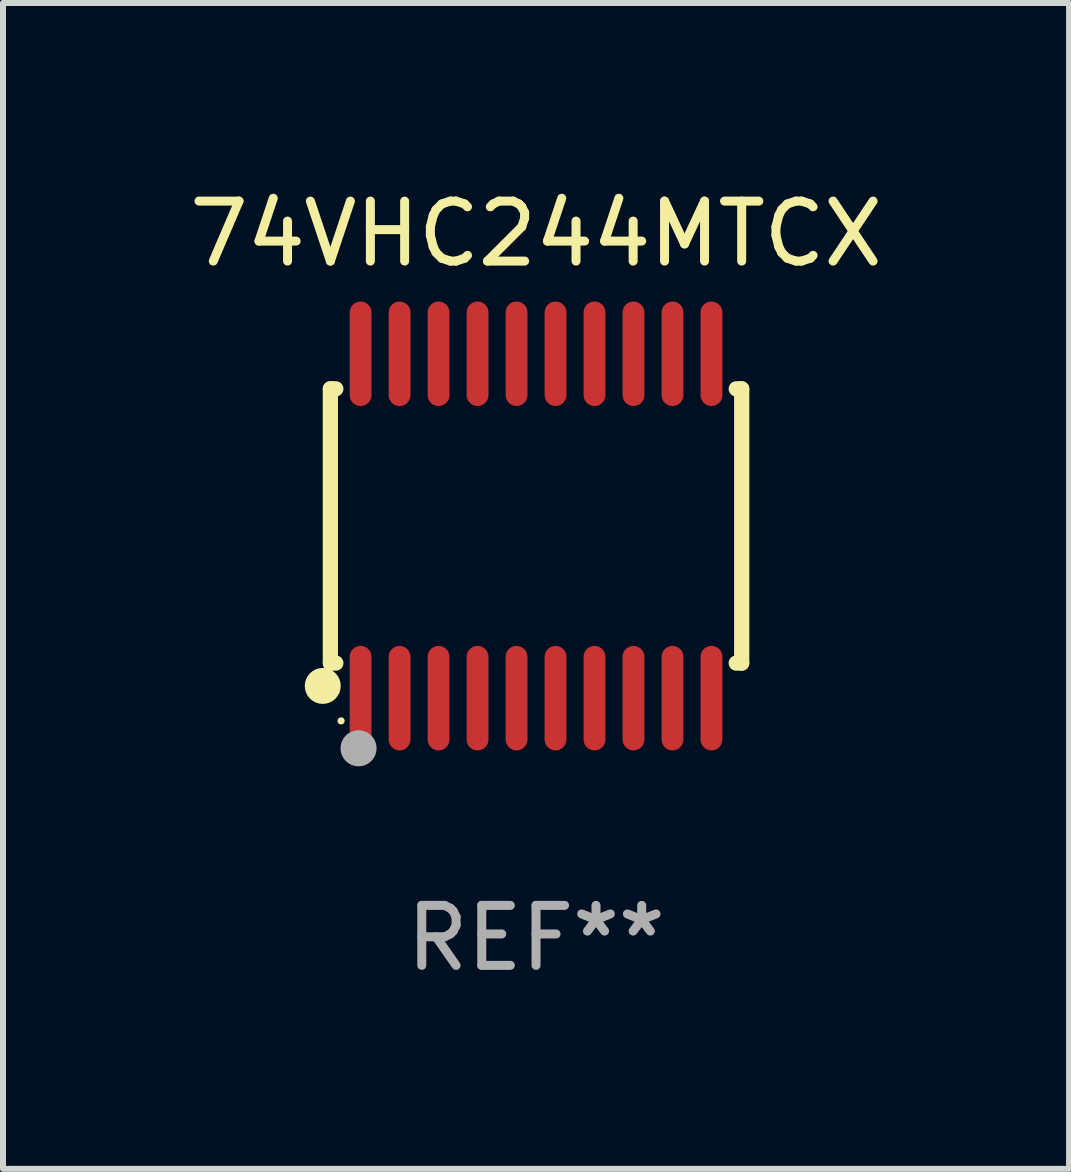
<source format=kicad_pcb>
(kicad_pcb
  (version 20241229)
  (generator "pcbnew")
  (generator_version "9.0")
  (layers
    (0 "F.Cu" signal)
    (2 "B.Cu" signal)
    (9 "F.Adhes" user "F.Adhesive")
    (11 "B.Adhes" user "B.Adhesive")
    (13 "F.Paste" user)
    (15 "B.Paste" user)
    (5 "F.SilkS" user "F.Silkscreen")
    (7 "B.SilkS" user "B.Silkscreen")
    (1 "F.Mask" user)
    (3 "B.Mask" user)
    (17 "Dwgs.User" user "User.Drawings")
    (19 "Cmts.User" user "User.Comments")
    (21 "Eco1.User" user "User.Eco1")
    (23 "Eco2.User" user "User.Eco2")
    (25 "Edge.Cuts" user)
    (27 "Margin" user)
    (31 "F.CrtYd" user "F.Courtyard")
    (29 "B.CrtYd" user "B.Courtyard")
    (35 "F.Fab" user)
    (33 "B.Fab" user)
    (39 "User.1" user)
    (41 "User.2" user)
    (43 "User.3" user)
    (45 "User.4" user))
  (footprint "74VHC244MTCX"
    (layer "F.Cu")
    (at 5.887 5.719)
    (property "Reference" "74VHC244MTCX" (at 0 -4.871 0) (layer "F.SilkS") (effects (font (size 1 1) (thickness 0.15))))
    (attr through_hole)
    (fp_line (start -3.429 -2.286) (end -3.429 2.286) (stroke (width 0.254) (type solid)) (layer "F.SilkS"))
    (fp_line (start -3.429 2.286) (end -3.338 2.286) (stroke (width 0.254) (type solid)) (layer "F.SilkS"))
    (fp_line (start -3.338 -2.286) (end -3.429 -2.286) (stroke (width 0.254) (type solid)) (layer "F.SilkS"))
    (fp_line (start 3.338 -2.286) (end 3.429 -2.286) (stroke (width 0.254) (type solid)) (layer "F.SilkS"))
    (fp_line (start 3.429 -2.286) (end 3.429 2.286) (stroke (width 0.254) (type solid)) (layer "F.SilkS"))
    (fp_line (start 3.429 2.286) (end 3.338 2.286) (stroke (width 0.254) (type solid)) (layer "F.SilkS"))
    (fp_circle (center -3.556 2.667) (end -3.406 2.667) (stroke (width 0.3) (type solid)) (fill no) (layer "F.SilkS"))
    (fp_circle (center -3.25 3.25) (end -3.22 3.25) (stroke (width 0.06) (type solid)) (fill no) (layer "F.SilkS"))
    (fp_circle (center -2.959 3.707) (end -2.808 3.707) (stroke (width 0.3) (type solid)) (fill no) (layer "F.Fab"))
    (fp_text user "REF**" (at 0 6.871 0) (layer "F.Fab") (effects (font (size 1 1) (thickness 0.15))))
    (pad "1" smd oval (at -2.925 2.871) (size 0.364 1.742) (layers "F.Cu" "F.Mask" "F.Paste"))
    (pad "2" smd oval (at -2.275 2.871) (size 0.364 1.742) (layers "F.Cu" "F.Mask" "F.Paste"))
    (pad "3" smd oval (at -1.625 2.871) (size 0.364 1.742) (layers "F.Cu" "F.Mask" "F.Paste"))
    (pad "4" smd oval (at -0.975 2.871) (size 0.364 1.742) (layers "F.Cu" "F.Mask" "F.Paste"))
    (pad "5" smd oval (at -0.325 2.871) (size 0.364 1.742) (layers "F.Cu" "F.Mask" "F.Paste"))
    (pad "6" smd oval (at 0.325 2.871) (size 0.364 1.742) (layers "F.Cu" "F.Mask" "F.Paste"))
    (pad "7" smd oval (at 0.975 2.871) (size 0.364 1.742) (layers "F.Cu" "F.Mask" "F.Paste"))
    (pad "8" smd oval (at 1.625 2.871) (size 0.364 1.742) (layers "F.Cu" "F.Mask" "F.Paste"))
    (pad "9" smd oval (at 2.275 2.871) (size 0.364 1.742) (layers "F.Cu" "F.Mask" "F.Paste"))
    (pad "10" smd oval (at 2.925 2.871) (size 0.364 1.742) (layers "F.Cu" "F.Mask" "F.Paste"))
    (pad "11" smd oval (at 2.925 -2.871) (size 0.364 1.742) (layers "F.Cu" "F.Mask" "F.Paste"))
    (pad "12" smd oval (at 2.275 -2.871) (size 0.364 1.742) (layers "F.Cu" "F.Mask" "F.Paste"))
    (pad "13" smd oval (at 1.625 -2.871) (size 0.364 1.742) (layers "F.Cu" "F.Mask" "F.Paste"))
    (pad "14" smd oval (at 0.975 -2.871) (size 0.364 1.742) (layers "F.Cu" "F.Mask" "F.Paste"))
    (pad "15" smd oval (at 0.325 -2.871) (size 0.364 1.742) (layers "F.Cu" "F.Mask" "F.Paste"))
    (pad "16" smd oval (at -0.325 -2.871) (size 0.364 1.742) (layers "F.Cu" "F.Mask" "F.Paste"))
    (pad "17" smd oval (at -0.975 -2.871) (size 0.364 1.742) (layers "F.Cu" "F.Mask" "F.Paste"))
    (pad "18" smd oval (at -1.625 -2.871) (size 0.364 1.742) (layers "F.Cu" "F.Mask" "F.Paste"))
    (pad "19" smd oval (at -2.275 -2.871) (size 0.364 1.742) (layers "F.Cu" "F.Mask" "F.Paste"))
    (pad "20" smd oval (at -2.925 -2.871) (size 0.364 1.742) (layers "F.Cu" "F.Mask" "F.Paste")))
  (gr_rect
    (start -3 -3)
    (end 14.774 16.438)
    (stroke (width 0.1) (type default))
    (fill no)
    (layer "Edge.Cuts")))
</source>
